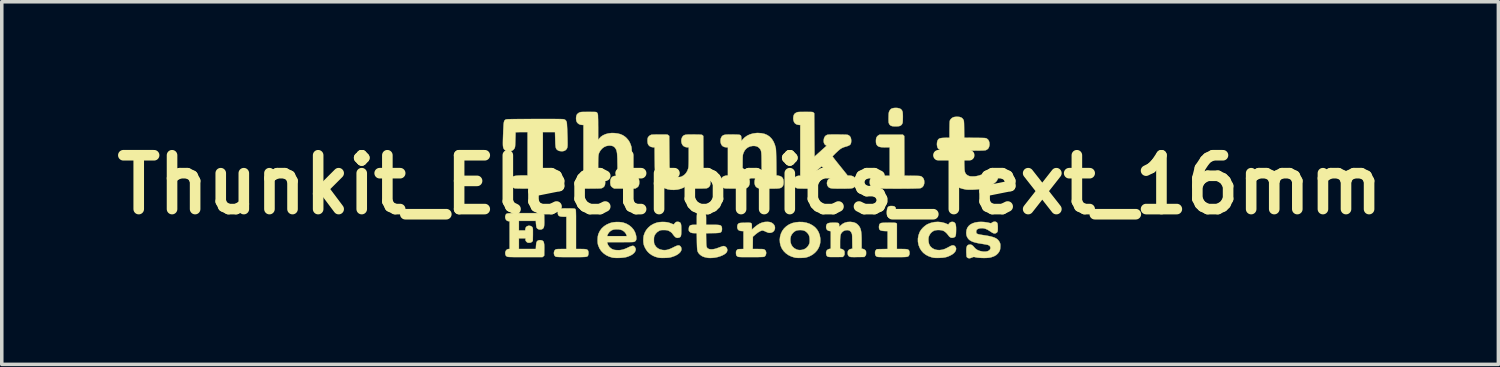
<source format=kicad_pcb>
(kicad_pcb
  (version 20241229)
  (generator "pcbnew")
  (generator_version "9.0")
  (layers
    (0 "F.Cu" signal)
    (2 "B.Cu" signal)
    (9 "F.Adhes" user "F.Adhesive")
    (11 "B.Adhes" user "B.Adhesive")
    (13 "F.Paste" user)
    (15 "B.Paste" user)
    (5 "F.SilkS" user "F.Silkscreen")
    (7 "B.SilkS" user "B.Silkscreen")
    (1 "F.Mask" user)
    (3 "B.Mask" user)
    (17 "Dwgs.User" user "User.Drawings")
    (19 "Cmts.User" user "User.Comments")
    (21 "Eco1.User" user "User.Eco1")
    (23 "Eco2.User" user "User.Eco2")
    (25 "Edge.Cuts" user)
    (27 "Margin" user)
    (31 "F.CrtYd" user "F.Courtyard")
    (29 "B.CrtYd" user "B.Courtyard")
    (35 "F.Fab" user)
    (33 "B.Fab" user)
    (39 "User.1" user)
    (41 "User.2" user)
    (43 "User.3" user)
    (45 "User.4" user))
  (footprint "Thunkit_Electronics_Text_16mm"
    (layer "F.Cu")
    (at 18.186 2.18)
    (property "Reference" "Thunkit_Electronics_Text_16mm" (at 0 0 0) (layer "F.SilkS") (effects (font (size 1.524 1.524) (thickness 0.3))))
    (attr through_hole)
    (fp_poly (pts (xy 4.019 0.603) (xy 4.053 0.605) (xy 4.075 0.609) (xy 4.091 0.617) (xy 4.104 0.629) (xy 4.113 0.639) (xy 4.12 0.648) (xy 4.124 0.661) (xy 4.126 0.68) (xy 4.127 0.708) (xy 4.127 0.748) (xy 4.128 0.77) (xy 4.127 0.818) (xy 4.127 0.851) (xy 4.125 0.873) (xy 4.122 0.888) (xy 4.116 0.899) (xy 4.109 0.907) (xy 4.108 0.908) (xy 4.097 0.917) (xy 4.083 0.923) (xy 4.062 0.927) (xy 4.03 0.929) (xy 4.009 0.93) (xy 3.971 0.931) (xy 3.947 0.931) (xy 3.931 0.928) (xy 3.919 0.922) (xy 3.907 0.911) (xy 3.904 0.908) (xy 3.884 0.878) (xy 3.873 0.835) (xy 3.871 0.779) (xy 3.874 0.739) (xy 3.882 0.686) (xy 3.895 0.648) (xy 3.915 0.622) (xy 3.944 0.608) (xy 3.984 0.602) (xy 4.019 0.603)) (stroke (width 0.01) (type solid)) (fill yes) (layer "F.SilkS"))
    (fp_poly (pts (xy 4.172 -2.173) (xy 4.227 -2.162) (xy 4.269 -2.141) (xy 4.299 -2.109) (xy 4.317 -2.066) (xy 4.318 -2.061) (xy 4.322 -2.036) (xy 4.324 -1.999) (xy 4.326 -1.954) (xy 4.326 -1.905) (xy 4.325 -1.856) (xy 4.324 -1.811) (xy 4.321 -1.774) (xy 4.318 -1.75) (xy 4.317 -1.748) (xy 4.298 -1.707) (xy 4.268 -1.678) (xy 4.226 -1.66) (xy 4.223 -1.66) (xy 4.184 -1.655) (xy 4.135 -1.652) (xy 4.085 -1.653) (xy 4.039 -1.657) (xy 4.016 -1.661) (xy 3.976 -1.678) (xy 3.946 -1.708) (xy 3.928 -1.747) (xy 3.924 -1.772) (xy 3.922 -1.811) (xy 3.921 -1.861) (xy 3.922 -1.914) (xy 3.923 -1.965) (xy 3.925 -2.003) (xy 3.928 -2.03) (xy 3.932 -2.051) (xy 3.937 -2.069) (xy 3.946 -2.087) (xy 3.946 -2.087) (xy 3.963 -2.115) (xy 3.984 -2.139) (xy 3.995 -2.148) (xy 4.03 -2.163) (xy 4.077 -2.173) (xy 4.133 -2.175) (xy 4.172 -2.173)) (stroke (width 0.01) (type solid)) (fill yes) (layer "F.SilkS"))
    (fp_poly (pts (xy 3.996 1.075) (xy 4.044 1.076) (xy 4.08 1.077) (xy 4.106 1.079) (xy 4.123 1.082) (xy 4.134 1.086) (xy 4.138 1.088) (xy 4.157 1.102) (xy 4.157 1.82) (xy 4.298 1.82) (xy 4.36 1.821) (xy 4.408 1.823) (xy 4.443 1.827) (xy 4.469 1.835) (xy 4.486 1.845) (xy 4.498 1.859) (xy 4.505 1.873) (xy 4.514 1.907) (xy 4.515 1.946) (xy 4.509 1.981) (xy 4.498 2.005) (xy 4.491 2.015) (xy 4.483 2.023) (xy 4.475 2.03) (xy 4.463 2.035) (xy 4.446 2.039) (xy 4.424 2.043) (xy 4.395 2.045) (xy 4.357 2.047) (xy 4.308 2.048) (xy 4.248 2.048) (xy 4.174 2.049) (xy 4.086 2.049) (xy 4.026 2.049) (xy 3.931 2.049) (xy 3.852 2.049) (xy 3.787 2.048) (xy 3.734 2.048) (xy 3.692 2.047) (xy 3.66 2.046) (xy 3.635 2.045) (xy 3.618 2.043) (xy 3.605 2.041) (xy 3.595 2.038) (xy 3.588 2.035) (xy 3.583 2.032) (xy 3.56 2.013) (xy 3.546 1.988) (xy 3.54 1.953) (xy 3.539 1.926) (xy 3.541 1.896) (xy 3.547 1.875) (xy 3.561 1.855) (xy 3.564 1.852) (xy 3.588 1.825) (xy 3.742 1.822) (xy 3.895 1.819) (xy 3.895 1.314) (xy 3.808 1.311) (xy 3.75 1.306) (xy 3.707 1.297) (xy 3.678 1.281) (xy 3.659 1.258) (xy 3.651 1.226) (xy 3.65 1.183) (xy 3.651 1.177) (xy 3.657 1.137) (xy 3.671 1.109) (xy 3.694 1.092) (xy 3.716 1.084) (xy 3.733 1.081) (xy 3.765 1.079) (xy 3.807 1.077) (xy 3.857 1.076) (xy 3.913 1.075) (xy 3.933 1.075) (xy 3.996 1.075)) (stroke (width 0.01) (type solid)) (fill yes) (layer "F.SilkS"))
    (fp_poly (pts (xy 4.345 -1.399) (xy 4.365 -1.38) (xy 4.367 -0.817) (xy 4.369 -0.255) (xy 4.595 -0.252) (xy 4.663 -0.252) (xy 4.717 -0.251) (xy 4.757 -0.25) (xy 4.787 -0.248) (xy 4.81 -0.246) (xy 4.826 -0.243) (xy 4.838 -0.239) (xy 4.849 -0.234) (xy 4.857 -0.23) (xy 4.893 -0.2) (xy 4.918 -0.159) (xy 4.931 -0.109) (xy 4.932 -0.052) (xy 4.927 -0.02) (xy 4.91 0.029) (xy 4.881 0.066) (xy 4.841 0.091) (xy 4.824 0.097) (xy 4.806 0.1) (xy 4.774 0.102) (xy 4.727 0.104) (xy 4.669 0.106) (xy 4.601 0.108) (xy 4.524 0.109) (xy 4.441 0.11) (xy 4.352 0.11) (xy 4.26 0.111) (xy 4.166 0.111) (xy 4.071 0.111) (xy 3.979 0.11) (xy 3.89 0.11) (xy 3.805 0.109) (xy 3.728 0.107) (xy 3.658 0.106) (xy 3.599 0.104) (xy 3.551 0.102) (xy 3.516 0.1) (xy 3.497 0.097) (xy 3.495 0.097) (xy 3.452 0.075) (xy 3.419 0.042) (xy 3.398 -0.002) (xy 3.388 -0.054) (xy 3.391 -0.112) (xy 3.396 -0.141) (xy 3.416 -0.184) (xy 3.448 -0.219) (xy 3.489 -0.241) (xy 3.5 -0.244) (xy 3.522 -0.248) (xy 3.56 -0.25) (xy 3.611 -0.252) (xy 3.673 -0.254) (xy 3.746 -0.254) (xy 3.954 -0.254) (xy 3.954 -1.058) (xy 3.833 -1.058) (xy 3.765 -1.06) (xy 3.711 -1.064) (xy 3.67 -1.071) (xy 3.638 -1.083) (xy 3.614 -1.098) (xy 3.605 -1.107) (xy 3.585 -1.132) (xy 3.573 -1.159) (xy 3.566 -1.194) (xy 3.564 -1.242) (xy 3.564 -1.242) (xy 3.568 -1.298) (xy 3.581 -1.341) (xy 3.603 -1.373) (xy 3.634 -1.398) (xy 3.67 -1.418) (xy 4.326 -1.418) (xy 4.345 -1.399)) (stroke (width 0.01) (type solid)) (fill yes) (layer "F.SilkS"))
    (fp_poly (pts (xy 1.483 1.057) (xy 1.498 1.058) (xy 1.599 1.077) (xy 1.69 1.108) (xy 1.77 1.151) (xy 1.839 1.204) (xy 1.896 1.268) (xy 1.94 1.341) (xy 1.971 1.423) (xy 1.987 1.512) (xy 1.99 1.564) (xy 1.987 1.631) (xy 1.977 1.69) (xy 1.958 1.747) (xy 1.942 1.785) (xy 1.898 1.858) (xy 1.84 1.922) (xy 1.771 1.978) (xy 1.691 2.022) (xy 1.63 2.046) (xy 1.599 2.055) (xy 1.57 2.062) (xy 1.539 2.066) (xy 1.5 2.069) (xy 1.45 2.071) (xy 1.439 2.071) (xy 1.369 2.072) (xy 1.315 2.069) (xy 1.273 2.064) (xy 1.266 2.062) (xy 1.171 2.033) (xy 1.086 1.992) (xy 1.013 1.94) (xy 0.951 1.878) (xy 0.902 1.808) (xy 0.867 1.73) (xy 0.847 1.646) (xy 0.842 1.566) (xy 1.14 1.566) (xy 1.148 1.639) (xy 1.17 1.703) (xy 1.206 1.757) (xy 1.254 1.8) (xy 1.314 1.832) (xy 1.346 1.843) (xy 1.393 1.85) (xy 1.446 1.848) (xy 1.5 1.838) (xy 1.537 1.825) (xy 1.592 1.791) (xy 1.637 1.744) (xy 1.667 1.694) (xy 1.678 1.668) (xy 1.685 1.644) (xy 1.688 1.616) (xy 1.689 1.578) (xy 1.689 1.566) (xy 1.686 1.505) (xy 1.676 1.455) (xy 1.658 1.413) (xy 1.63 1.374) (xy 1.62 1.362) (xy 1.579 1.325) (xy 1.535 1.301) (xy 1.483 1.287) (xy 1.421 1.283) (xy 1.418 1.283) (xy 1.357 1.287) (xy 1.307 1.299) (xy 1.264 1.321) (xy 1.223 1.356) (xy 1.211 1.368) (xy 1.175 1.416) (xy 1.153 1.466) (xy 1.142 1.524) (xy 1.14 1.566) (xy 0.842 1.566) (xy 0.841 1.557) (xy 0.85 1.473) (xy 0.874 1.387) (xy 0.912 1.307) (xy 0.964 1.237) (xy 1.029 1.176) (xy 1.104 1.126) (xy 1.19 1.089) (xy 1.206 1.084) (xy 1.295 1.064) (xy 1.39 1.055) (xy 1.483 1.057)) (stroke (width 0.01) (type solid)) (fill yes) (layer "F.SilkS"))
    (fp_poly (pts (xy -5.187 0.67) (xy -5.128 0.67) (xy -5.071 0.671) (xy -5.028 0.672) (xy -4.997 0.674) (xy -4.976 0.676) (xy -4.962 0.679) (xy -4.954 0.683) (xy -4.947 0.689) (xy -4.944 0.693) (xy -4.941 0.698) (xy -4.938 0.704) (xy -4.935 0.712) (xy -4.933 0.724) (xy -4.932 0.742) (xy -4.931 0.766) (xy -4.93 0.797) (xy -4.929 0.837) (xy -4.928 0.888) (xy -4.928 0.949) (xy -4.928 1.024) (xy -4.928 1.112) (xy -4.928 1.216) (xy -4.928 1.267) (xy -4.928 1.82) (xy -4.786 1.82) (xy -4.724 1.821) (xy -4.677 1.823) (xy -4.643 1.828) (xy -4.618 1.835) (xy -4.601 1.847) (xy -4.589 1.862) (xy -4.581 1.883) (xy -4.58 1.884) (xy -4.575 1.919) (xy -4.576 1.958) (xy -4.584 1.995) (xy -4.589 2.008) (xy -4.595 2.017) (xy -4.602 2.024) (xy -4.611 2.031) (xy -4.624 2.036) (xy -4.643 2.04) (xy -4.669 2.043) (xy -4.703 2.045) (xy -4.747 2.047) (xy -4.802 2.048) (xy -4.87 2.048) (xy -4.951 2.049) (xy -5.048 2.049) (xy -5.065 2.049) (xy -5.162 2.048) (xy -5.244 2.048) (xy -5.311 2.048) (xy -5.366 2.047) (xy -5.41 2.046) (xy -5.443 2.044) (xy -5.468 2.043) (xy -5.485 2.04) (xy -5.497 2.038) (xy -5.502 2.036) (xy -5.528 2.016) (xy -5.545 1.986) (xy -5.553 1.95) (xy -5.552 1.912) (xy -5.542 1.877) (xy -5.523 1.848) (xy -5.504 1.834) (xy -5.491 1.828) (xy -5.471 1.825) (xy -5.443 1.822) (xy -5.403 1.821) (xy -5.35 1.82) (xy -5.339 1.82) (xy -5.199 1.82) (xy -5.199 0.906) (xy -5.279 0.906) (xy -5.338 0.903) (xy -5.383 0.895) (xy -5.414 0.879) (xy -5.433 0.854) (xy -5.442 0.82) (xy -5.442 0.776) (xy -5.439 0.746) (xy -5.432 0.726) (xy -5.42 0.71) (xy -5.412 0.702) (xy -5.398 0.692) (xy -5.382 0.683) (xy -5.361 0.677) (xy -5.333 0.673) (xy -5.296 0.671) (xy -5.248 0.669) (xy -5.187 0.67)) (stroke (width 0.01) (type solid)) (fill yes) (layer "F.SilkS"))
    (fp_poly (pts (xy -3.705 1.057) (xy -3.633 1.064) (xy -3.586 1.074) (xy -3.498 1.106) (xy -3.42 1.151) (xy -3.354 1.206) (xy -3.299 1.27) (xy -3.258 1.344) (xy -3.231 1.424) (xy -3.224 1.462) (xy -3.219 1.515) (xy -3.223 1.555) (xy -3.236 1.584) (xy -3.259 1.605) (xy -3.268 1.611) (xy -3.277 1.614) (xy -3.287 1.617) (xy -3.301 1.62) (xy -3.321 1.622) (xy -3.347 1.623) (xy -3.382 1.624) (xy -3.427 1.625) (xy -3.484 1.625) (xy -3.554 1.625) (xy -3.639 1.626) (xy -3.673 1.626) (xy -4.049 1.626) (xy -4.043 1.649) (xy -4.02 1.709) (xy -3.983 1.762) (xy -3.935 1.805) (xy -3.895 1.827) (xy -3.867 1.838) (xy -3.838 1.846) (xy -3.802 1.85) (xy -3.764 1.852) (xy -3.707 1.853) (xy -3.656 1.848) (xy -3.606 1.838) (xy -3.553 1.821) (xy -3.493 1.796) (xy -3.452 1.777) (xy -3.401 1.753) (xy -3.361 1.738) (xy -3.331 1.731) (xy -3.307 1.731) (xy -3.288 1.74) (xy -3.27 1.756) (xy -3.265 1.762) (xy -3.243 1.798) (xy -3.237 1.838) (xy -3.249 1.88) (xy -3.249 1.881) (xy -3.278 1.926) (xy -3.323 1.967) (xy -3.382 2.003) (xy -3.455 2.033) (xy -3.509 2.05) (xy -3.553 2.058) (xy -3.607 2.065) (xy -3.668 2.07) (xy -3.732 2.072) (xy -3.793 2.072) (xy -3.847 2.069) (xy -3.89 2.064) (xy -3.899 2.062) (xy -3.994 2.033) (xy -4.079 1.991) (xy -4.152 1.938) (xy -4.214 1.875) (xy -4.263 1.802) (xy -4.298 1.719) (xy -4.306 1.693) (xy -4.314 1.642) (xy -4.317 1.583) (xy -4.315 1.52) (xy -4.309 1.459) (xy -4.308 1.456) (xy -4.048 1.456) (xy -3.487 1.456) (xy -3.493 1.437) (xy -3.519 1.379) (xy -3.559 1.331) (xy -3.611 1.294) (xy -3.628 1.286) (xy -3.67 1.272) (xy -3.723 1.264) (xy -3.779 1.262) (xy -3.833 1.265) (xy -3.88 1.274) (xy -3.882 1.274) (xy -3.937 1.3) (xy -3.984 1.339) (xy -4.021 1.389) (xy -4.042 1.437) (xy -4.048 1.456) (xy -4.308 1.456) (xy -4.297 1.407) (xy -4.292 1.391) (xy -4.253 1.31) (xy -4.201 1.238) (xy -4.135 1.177) (xy -4.058 1.127) (xy -3.97 1.089) (xy -3.923 1.074) (xy -3.856 1.062) (xy -3.782 1.056) (xy -3.705 1.057)) (stroke (width 0.01) (type solid)) (fill yes) (layer "F.SilkS"))
    (fp_poly (pts (xy 5.754 1.054) (xy 5.786 1.069) (xy 5.791 1.073) (xy 5.807 1.093) (xy 5.819 1.119) (xy 5.827 1.156) (xy 5.832 1.203) (xy 5.833 1.264) (xy 5.832 1.318) (xy 5.83 1.374) (xy 5.826 1.416) (xy 5.819 1.447) (xy 5.809 1.468) (xy 5.793 1.482) (xy 5.771 1.493) (xy 5.759 1.497) (xy 5.716 1.504) (xy 5.677 1.494) (xy 5.642 1.469) (xy 5.622 1.444) (xy 5.578 1.387) (xy 5.532 1.342) (xy 5.487 1.311) (xy 5.46 1.299) (xy 5.417 1.288) (xy 5.367 1.283) (xy 5.314 1.282) (xy 5.264 1.287) (xy 5.222 1.296) (xy 5.207 1.302) (xy 5.154 1.334) (xy 5.113 1.373) (xy 5.081 1.423) (xy 5.078 1.429) (xy 5.064 1.46) (xy 5.056 1.485) (xy 5.052 1.512) (xy 5.05 1.547) (xy 5.05 1.558) (xy 5.055 1.624) (xy 5.068 1.679) (xy 5.092 1.726) (xy 5.115 1.757) (xy 5.164 1.799) (xy 5.222 1.83) (xy 5.289 1.847) (xy 5.361 1.851) (xy 5.438 1.842) (xy 5.491 1.827) (xy 5.52 1.816) (xy 5.558 1.798) (xy 5.599 1.778) (xy 5.624 1.764) (xy 5.674 1.737) (xy 5.713 1.721) (xy 5.744 1.716) (xy 5.769 1.72) (xy 5.792 1.733) (xy 5.8 1.74) (xy 5.825 1.774) (xy 5.834 1.811) (xy 5.828 1.851) (xy 5.809 1.891) (xy 5.776 1.931) (xy 5.731 1.968) (xy 5.683 1.996) (xy 5.627 2.023) (xy 5.573 2.043) (xy 5.516 2.057) (xy 5.452 2.066) (xy 5.378 2.07) (xy 5.351 2.071) (xy 5.296 2.072) (xy 5.253 2.071) (xy 5.219 2.069) (xy 5.19 2.065) (xy 5.161 2.059) (xy 5.156 2.058) (xy 5.06 2.026) (xy 4.977 1.983) (xy 4.906 1.929) (xy 4.848 1.863) (xy 4.805 1.792) (xy 4.771 1.705) (xy 4.754 1.616) (xy 4.753 1.525) (xy 4.769 1.435) (xy 4.801 1.346) (xy 4.81 1.328) (xy 4.842 1.277) (xy 4.886 1.225) (xy 4.938 1.177) (xy 4.993 1.136) (xy 5.029 1.116) (xy 5.123 1.079) (xy 5.22 1.058) (xy 5.319 1.052) (xy 5.416 1.061) (xy 5.51 1.085) (xy 5.539 1.096) (xy 5.574 1.111) (xy 5.598 1.12) (xy 5.612 1.123) (xy 5.62 1.12) (xy 5.626 1.112) (xy 5.629 1.105) (xy 5.65 1.078) (xy 5.681 1.059) (xy 5.717 1.051) (xy 5.754 1.054)) (stroke (width 0.01) (type solid)) (fill yes) (layer "F.SilkS"))
    (fp_poly (pts (xy 0.504 1.052) (xy 0.545 1.055) (xy 0.576 1.062) (xy 0.604 1.073) (xy 0.616 1.079) (xy 0.658 1.11) (xy 0.686 1.146) (xy 0.702 1.186) (xy 0.706 1.227) (xy 0.698 1.266) (xy 0.68 1.302) (xy 0.653 1.332) (xy 0.616 1.352) (xy 0.571 1.362) (xy 0.533 1.361) (xy 0.509 1.355) (xy 0.477 1.343) (xy 0.443 1.328) (xy 0.438 1.326) (xy 0.406 1.311) (xy 0.375 1.301) (xy 0.353 1.296) (xy 0.351 1.295) (xy 0.318 1.302) (xy 0.278 1.319) (xy 0.231 1.347) (xy 0.181 1.384) (xy 0.152 1.408) (xy 0.08 1.47) (xy 0.076 1.82) (xy 0.226 1.82) (xy 0.283 1.821) (xy 0.325 1.821) (xy 0.356 1.823) (xy 0.378 1.826) (xy 0.395 1.83) (xy 0.406 1.835) (xy 0.432 1.857) (xy 0.449 1.888) (xy 0.456 1.924) (xy 0.453 1.961) (xy 0.442 1.996) (xy 0.422 2.024) (xy 0.396 2.04) (xy 0.38 2.042) (xy 0.347 2.045) (xy 0.298 2.046) (xy 0.233 2.048) (xy 0.153 2.048) (xy 0.059 2.049) (xy 0.022 2.049) (xy -0.064 2.049) (xy -0.135 2.049) (xy -0.192 2.048) (xy -0.238 2.048) (xy -0.272 2.047) (xy -0.299 2.045) (xy -0.318 2.044) (xy -0.332 2.041) (xy -0.342 2.038) (xy -0.349 2.034) (xy -0.353 2.032) (xy -0.376 2.015) (xy -0.39 1.994) (xy -0.396 1.966) (xy -0.398 1.931) (xy -0.397 1.9) (xy -0.392 1.879) (xy -0.381 1.862) (xy -0.373 1.852) (xy -0.361 1.839) (xy -0.35 1.831) (xy -0.335 1.826) (xy -0.312 1.824) (xy -0.277 1.822) (xy -0.267 1.822) (xy -0.186 1.819) (xy -0.186 1.312) (xy -0.222 1.312) (xy -0.276 1.307) (xy -0.317 1.292) (xy -0.344 1.266) (xy -0.359 1.229) (xy -0.362 1.212) (xy -0.361 1.164) (xy -0.349 1.125) (xy -0.326 1.099) (xy -0.319 1.094) (xy -0.306 1.089) (xy -0.288 1.084) (xy -0.263 1.081) (xy -0.229 1.079) (xy -0.182 1.078) (xy -0.141 1.077) (xy -0.08 1.076) (xy -0.033 1.076) (xy 0.001 1.078) (xy 0.025 1.084) (xy 0.039 1.095) (xy 0.047 1.112) (xy 0.05 1.135) (xy 0.051 1.167) (xy 0.051 1.186) (xy 0.051 1.27) (xy 0.129 1.202) (xy 0.204 1.143) (xy 0.275 1.099) (xy 0.346 1.07) (xy 0.419 1.054) (xy 0.495 1.051) (xy 0.504 1.052)) (stroke (width 0.01) (type solid)) (fill yes) (layer "F.SilkS"))
    (fp_poly (pts (xy -1.349 0.762) (xy -1.314 0.768) (xy -1.297 0.774) (xy -1.28 0.786) (xy -1.266 0.802) (xy -1.257 0.826) (xy -1.25 0.859) (xy -1.246 0.903) (xy -1.245 0.96) (xy -1.245 0.995) (xy -1.245 1.135) (xy -1.062 1.135) (xy -0.994 1.135) (xy -0.94 1.136) (xy -0.898 1.139) (xy -0.867 1.143) (xy -0.845 1.149) (xy -0.828 1.158) (xy -0.816 1.169) (xy -0.809 1.18) (xy -0.799 1.206) (xy -0.795 1.241) (xy -0.796 1.278) (xy -0.803 1.31) (xy -0.804 1.312) (xy -0.812 1.328) (xy -0.822 1.341) (xy -0.837 1.351) (xy -0.857 1.358) (xy -0.886 1.363) (xy -0.925 1.366) (xy -0.977 1.369) (xy -1.043 1.37) (xy -1.057 1.37) (xy -1.246 1.373) (xy -1.243 1.556) (xy -1.242 1.624) (xy -1.24 1.677) (xy -1.237 1.718) (xy -1.232 1.748) (xy -1.224 1.77) (xy -1.215 1.787) (xy -1.201 1.8) (xy -1.184 1.811) (xy -1.183 1.812) (xy -1.148 1.825) (xy -1.102 1.83) (xy -1.049 1.827) (xy -0.992 1.816) (xy -0.948 1.803) (xy -0.888 1.781) (xy -0.841 1.764) (xy -0.806 1.752) (xy -0.781 1.743) (xy -0.762 1.739) (xy -0.749 1.737) (xy -0.739 1.738) (xy -0.73 1.74) (xy -0.719 1.744) (xy -0.717 1.745) (xy -0.682 1.765) (xy -0.657 1.796) (xy -0.645 1.833) (xy -0.646 1.872) (xy -0.66 1.909) (xy -0.689 1.942) (xy -0.732 1.973) (xy -0.787 2.002) (xy -0.85 2.027) (xy -0.92 2.048) (xy -0.993 2.063) (xy -1.067 2.071) (xy -1.126 2.073) (xy -1.158 2.072) (xy -1.184 2.071) (xy -1.198 2.069) (xy -1.247 2.059) (xy -1.283 2.051) (xy -1.311 2.042) (xy -1.335 2.033) (xy -1.356 2.023) (xy -1.389 2.002) (xy -1.422 1.975) (xy -1.438 1.959) (xy -1.455 1.939) (xy -1.469 1.919) (xy -1.48 1.897) (xy -1.488 1.872) (xy -1.494 1.841) (xy -1.498 1.802) (xy -1.501 1.752) (xy -1.503 1.69) (xy -1.505 1.614) (xy -1.505 1.602) (xy -1.508 1.372) (xy -1.565 1.371) (xy -1.619 1.369) (xy -1.66 1.361) (xy -1.691 1.348) (xy -1.713 1.329) (xy -1.726 1.313) (xy -1.733 1.298) (xy -1.735 1.279) (xy -1.734 1.249) (xy -1.734 1.244) (xy -1.729 1.205) (xy -1.718 1.175) (xy -1.699 1.155) (xy -1.669 1.143) (xy -1.626 1.136) (xy -1.573 1.135) (xy -1.507 1.135) (xy -1.507 0.98) (xy -1.507 0.92) (xy -1.506 0.875) (xy -1.503 0.842) (xy -1.498 0.818) (xy -1.491 0.801) (xy -1.48 0.789) (xy -1.465 0.779) (xy -1.455 0.774) (xy -1.427 0.765) (xy -1.389 0.761) (xy -1.349 0.762)) (stroke (width 0.01) (type solid)) (fill yes) (layer "F.SilkS"))
    (fp_poly (pts (xy -5.853 0.825) (xy -5.829 0.845) (xy -5.827 0.996) (xy -5.826 1.066) (xy -5.828 1.121) (xy -5.831 1.163) (xy -5.837 1.195) (xy -5.846 1.219) (xy -5.858 1.236) (xy -5.874 1.25) (xy -5.875 1.251) (xy -5.91 1.266) (xy -5.949 1.269) (xy -5.987 1.262) (xy -6.019 1.245) (xy -6.041 1.22) (xy -6.048 1.196) (xy -6.055 1.159) (xy -6.059 1.113) (xy -6.06 1.109) (xy -6.065 1.024) (xy -6.545 1.024) (xy -6.545 1.295) (xy -6.368 1.295) (xy -6.362 1.259) (xy -6.355 1.225) (xy -6.343 1.201) (xy -6.324 1.183) (xy -6.313 1.176) (xy -6.278 1.163) (xy -6.239 1.162) (xy -6.203 1.172) (xy -6.173 1.192) (xy -6.16 1.211) (xy -6.155 1.222) (xy -6.152 1.237) (xy -6.149 1.258) (xy -6.148 1.287) (xy -6.148 1.327) (xy -6.148 1.381) (xy -6.148 1.415) (xy -6.151 1.593) (xy -6.179 1.618) (xy -6.198 1.633) (xy -6.218 1.64) (xy -6.246 1.642) (xy -6.254 1.643) (xy -6.283 1.641) (xy -6.302 1.636) (xy -6.319 1.624) (xy -6.33 1.614) (xy -6.349 1.591) (xy -6.357 1.57) (xy -6.358 1.55) (xy -6.358 1.516) (xy -6.545 1.516) (xy -6.545 1.82) (xy -6.065 1.82) (xy -6.06 1.732) (xy -6.055 1.678) (xy -6.048 1.639) (xy -6.037 1.611) (xy -6.021 1.592) (xy -5.998 1.578) (xy -5.996 1.577) (xy -5.958 1.569) (xy -5.917 1.571) (xy -5.881 1.582) (xy -5.869 1.59) (xy -5.854 1.603) (xy -5.843 1.622) (xy -5.836 1.648) (xy -5.83 1.684) (xy -5.827 1.73) (xy -5.826 1.79) (xy -5.827 1.849) (xy -5.829 2.008) (xy -5.853 2.029) (xy -5.877 2.049) (xy -6.365 2.049) (xy -6.471 2.049) (xy -6.56 2.049) (xy -6.635 2.048) (xy -6.698 2.048) (xy -6.748 2.047) (xy -6.788 2.046) (xy -6.819 2.045) (xy -6.842 2.043) (xy -6.859 2.041) (xy -6.87 2.039) (xy -6.878 2.036) (xy -6.878 2.036) (xy -6.906 2.017) (xy -6.922 1.992) (xy -6.93 1.959) (xy -6.931 1.916) (xy -6.919 1.878) (xy -6.897 1.847) (xy -6.868 1.827) (xy -6.836 1.82) (xy -6.807 1.82) (xy -6.807 1.033) (xy -6.833 1.033) (xy -6.869 1.025) (xy -6.898 1.005) (xy -6.919 0.975) (xy -6.931 0.939) (xy -6.933 0.9) (xy -6.922 0.861) (xy -6.913 0.843) (xy -6.907 0.835) (xy -6.901 0.828) (xy -6.893 0.823) (xy -6.882 0.818) (xy -6.866 0.814) (xy -6.844 0.811) (xy -6.816 0.809) (xy -6.778 0.807) (xy -6.731 0.806) (xy -6.673 0.805) (xy -6.603 0.805) (xy -6.518 0.804) (xy -6.419 0.804) (xy -6.367 0.804) (xy -5.877 0.804) (xy -5.853 0.825)) (stroke (width 0.01) (type solid)) (fill yes) (layer "F.SilkS"))
    (fp_poly (pts (xy -2.019 1.053) (xy -1.994 1.062) (xy -1.991 1.064) (xy -1.976 1.076) (xy -1.965 1.092) (xy -1.957 1.114) (xy -1.952 1.144) (xy -1.949 1.185) (xy -1.948 1.238) (xy -1.947 1.28) (xy -1.948 1.344) (xy -1.95 1.393) (xy -1.954 1.429) (xy -1.961 1.455) (xy -1.971 1.474) (xy -1.986 1.486) (xy -2.005 1.495) (xy -2.011 1.497) (xy -2.05 1.505) (xy -2.085 1.5) (xy -2.118 1.481) (xy -2.151 1.447) (xy -2.176 1.414) (xy -2.211 1.368) (xy -2.249 1.335) (xy -2.296 1.308) (xy -2.308 1.302) (xy -2.331 1.293) (xy -2.356 1.288) (xy -2.386 1.284) (xy -2.428 1.283) (xy -2.438 1.283) (xy -2.48 1.283) (xy -2.51 1.285) (xy -2.533 1.289) (xy -2.554 1.296) (xy -2.575 1.306) (xy -2.63 1.342) (xy -2.675 1.39) (xy -2.704 1.438) (xy -2.713 1.46) (xy -2.718 1.484) (xy -2.721 1.514) (xy -2.722 1.555) (xy -2.722 1.566) (xy -2.721 1.609) (xy -2.719 1.639) (xy -2.715 1.663) (xy -2.708 1.684) (xy -2.701 1.697) (xy -2.665 1.753) (xy -2.617 1.797) (xy -2.558 1.828) (xy -2.487 1.847) (xy -2.478 1.848) (xy -2.426 1.852) (xy -2.375 1.849) (xy -2.321 1.837) (xy -2.262 1.816) (xy -2.194 1.785) (xy -2.171 1.773) (xy -2.118 1.747) (xy -2.078 1.73) (xy -2.047 1.72) (xy -2.022 1.718) (xy -2.002 1.722) (xy -1.983 1.733) (xy -1.982 1.734) (xy -1.965 1.752) (xy -1.95 1.778) (xy -1.948 1.784) (xy -1.942 1.826) (xy -1.951 1.867) (xy -1.976 1.908) (xy -2.015 1.947) (xy -2.066 1.983) (xy -2.13 2.015) (xy -2.205 2.042) (xy -2.214 2.045) (xy -2.248 2.054) (xy -2.279 2.061) (xy -2.311 2.065) (xy -2.35 2.068) (xy -2.4 2.07) (xy -2.421 2.071) (xy -2.489 2.072) (xy -2.542 2.07) (xy -2.582 2.066) (xy -2.603 2.062) (xy -2.696 2.035) (xy -2.776 1.996) (xy -2.848 1.946) (xy -2.898 1.898) (xy -2.939 1.844) (xy -2.975 1.782) (xy -3.002 1.719) (xy -3.013 1.678) (xy -3.02 1.626) (xy -3.022 1.566) (xy -3.019 1.505) (xy -3.012 1.45) (xy -3.01 1.44) (xy -2.982 1.361) (xy -2.941 1.286) (xy -2.886 1.219) (xy -2.822 1.162) (xy -2.75 1.118) (xy -2.687 1.09) (xy -2.629 1.071) (xy -2.571 1.06) (xy -2.505 1.055) (xy -2.472 1.054) (xy -2.408 1.056) (xy -2.353 1.062) (xy -2.302 1.073) (xy -2.248 1.092) (xy -2.219 1.103) (xy -2.186 1.116) (xy -2.166 1.122) (xy -2.156 1.121) (xy -2.152 1.117) (xy -2.144 1.104) (xy -2.128 1.085) (xy -2.12 1.077) (xy -2.1 1.06) (xy -2.08 1.052) (xy -2.052 1.05) (xy -2.052 1.05) (xy -2.019 1.053)) (stroke (width 0.01) (type solid)) (fill yes) (layer "F.SilkS"))
    (fp_poly (pts (xy 2.849 1.053) (xy 2.92 1.062) (xy 2.979 1.081) (xy 3.028 1.111) (xy 3.071 1.153) (xy 3.08 1.165) (xy 3.101 1.195) (xy 3.118 1.228) (xy 3.131 1.266) (xy 3.142 1.31) (xy 3.149 1.363) (xy 3.154 1.427) (xy 3.157 1.504) (xy 3.158 1.595) (xy 3.158 1.611) (xy 3.158 1.812) (xy 3.194 1.817) (xy 3.234 1.832) (xy 3.258 1.85) (xy 3.273 1.867) (xy 3.281 1.882) (xy 3.284 1.902) (xy 3.285 1.933) (xy 3.285 1.934) (xy 3.284 1.966) (xy 3.28 1.987) (xy 3.272 2.003) (xy 3.26 2.017) (xy 3.236 2.045) (xy 3.04 2.047) (xy 2.976 2.048) (xy 2.925 2.048) (xy 2.888 2.047) (xy 2.86 2.046) (xy 2.84 2.043) (xy 2.826 2.04) (xy 2.816 2.036) (xy 2.788 2.016) (xy 2.771 1.986) (xy 2.765 1.945) (xy 2.764 1.935) (xy 2.769 1.889) (xy 2.785 1.856) (xy 2.812 1.833) (xy 2.854 1.819) (xy 2.865 1.817) (xy 2.897 1.811) (xy 2.894 1.606) (xy 2.893 1.542) (xy 2.892 1.492) (xy 2.891 1.454) (xy 2.889 1.426) (xy 2.887 1.405) (xy 2.883 1.389) (xy 2.878 1.376) (xy 2.872 1.362) (xy 2.87 1.359) (xy 2.846 1.322) (xy 2.816 1.299) (xy 2.777 1.287) (xy 2.744 1.285) (xy 2.688 1.293) (xy 2.64 1.315) (xy 2.601 1.35) (xy 2.585 1.371) (xy 2.572 1.394) (xy 2.563 1.421) (xy 2.556 1.455) (xy 2.552 1.498) (xy 2.549 1.552) (xy 2.548 1.62) (xy 2.548 1.64) (xy 2.548 1.812) (xy 2.584 1.817) (xy 2.624 1.832) (xy 2.648 1.85) (xy 2.663 1.867) (xy 2.671 1.882) (xy 2.675 1.902) (xy 2.675 1.933) (xy 2.675 1.934) (xy 2.675 1.966) (xy 2.671 1.987) (xy 2.662 2.003) (xy 2.651 2.017) (xy 2.626 2.045) (xy 2.429 2.047) (xy 2.361 2.047) (xy 2.308 2.047) (xy 2.268 2.046) (xy 2.239 2.044) (xy 2.219 2.041) (xy 2.206 2.037) (xy 2.204 2.037) (xy 2.18 2.022) (xy 2.165 2) (xy 2.156 1.967) (xy 2.154 1.959) (xy 2.153 1.91) (xy 2.166 1.871) (xy 2.192 1.841) (xy 2.232 1.822) (xy 2.253 1.817) (xy 2.286 1.812) (xy 2.286 1.315) (xy 2.252 1.31) (xy 2.209 1.298) (xy 2.178 1.274) (xy 2.162 1.246) (xy 2.153 1.209) (xy 2.155 1.168) (xy 2.166 1.131) (xy 2.174 1.119) (xy 2.188 1.103) (xy 2.208 1.092) (xy 2.234 1.084) (xy 2.27 1.079) (xy 2.319 1.076) (xy 2.367 1.076) (xy 2.422 1.076) (xy 2.462 1.078) (xy 2.49 1.082) (xy 2.508 1.091) (xy 2.518 1.104) (xy 2.522 1.123) (xy 2.523 1.149) (xy 2.523 1.197) (xy 2.56 1.158) (xy 2.618 1.109) (xy 2.684 1.075) (xy 2.757 1.056) (xy 2.838 1.052) (xy 2.849 1.053)) (stroke (width 0.01) (type solid)) (fill yes) (layer "F.SilkS"))
    (fp_poly (pts (xy 6.956 1.05) (xy 6.978 1.061) (xy 6.995 1.077) (xy 7.005 1.102) (xy 7.011 1.138) (xy 7.014 1.188) (xy 7.014 1.206) (xy 7.014 1.258) (xy 7.012 1.296) (xy 7.007 1.323) (xy 6.998 1.342) (xy 6.986 1.355) (xy 6.974 1.363) (xy 6.949 1.376) (xy 6.924 1.38) (xy 6.896 1.375) (xy 6.863 1.361) (xy 6.823 1.336) (xy 6.792 1.315) (xy 6.723 1.272) (xy 6.657 1.244) (xy 6.593 1.23) (xy 6.529 1.231) (xy 6.499 1.236) (xy 6.453 1.25) (xy 6.422 1.271) (xy 6.406 1.299) (xy 6.402 1.335) (xy 6.405 1.355) (xy 6.411 1.372) (xy 6.423 1.384) (xy 6.443 1.395) (xy 6.472 1.404) (xy 6.513 1.413) (xy 6.568 1.422) (xy 6.605 1.427) (xy 6.705 1.443) (xy 6.789 1.459) (xy 6.859 1.477) (xy 6.917 1.496) (xy 6.964 1.519) (xy 7.001 1.544) (xy 7.031 1.574) (xy 7.055 1.609) (xy 7.068 1.633) (xy 7.078 1.656) (xy 7.083 1.677) (xy 7.086 1.701) (xy 7.086 1.733) (xy 7.085 1.76) (xy 7.082 1.803) (xy 7.078 1.834) (xy 7.07 1.86) (xy 7.059 1.884) (xy 7.02 1.942) (xy 6.969 1.99) (xy 6.904 2.027) (xy 6.825 2.054) (xy 6.791 2.062) (xy 6.746 2.068) (xy 6.689 2.072) (xy 6.625 2.073) (xy 6.559 2.072) (xy 6.494 2.068) (xy 6.436 2.063) (xy 6.39 2.055) (xy 6.384 2.053) (xy 6.354 2.046) (xy 6.334 2.044) (xy 6.316 2.047) (xy 6.294 2.056) (xy 6.281 2.061) (xy 6.238 2.077) (xy 6.202 2.082) (xy 6.171 2.074) (xy 6.163 2.07) (xy 6.144 2.056) (xy 6.134 2.043) (xy 6.131 2.029) (xy 6.128 2.002) (xy 6.126 1.965) (xy 6.124 1.923) (xy 6.123 1.918) (xy 6.123 1.85) (xy 6.126 1.798) (xy 6.134 1.758) (xy 6.147 1.73) (xy 6.166 1.711) (xy 6.191 1.699) (xy 6.202 1.697) (xy 6.245 1.695) (xy 6.283 1.709) (xy 6.318 1.738) (xy 6.333 1.757) (xy 6.381 1.809) (xy 6.439 1.849) (xy 6.508 1.876) (xy 6.589 1.892) (xy 6.608 1.894) (xy 6.668 1.894) (xy 6.719 1.885) (xy 6.76 1.866) (xy 6.789 1.841) (xy 6.805 1.808) (xy 6.807 1.787) (xy 6.799 1.753) (xy 6.777 1.725) (xy 6.74 1.706) (xy 6.734 1.703) (xy 6.715 1.699) (xy 6.682 1.693) (xy 6.64 1.685) (xy 6.592 1.677) (xy 6.553 1.671) (xy 6.458 1.655) (xy 6.378 1.637) (xy 6.311 1.617) (xy 6.258 1.593) (xy 6.215 1.566) (xy 6.181 1.534) (xy 6.163 1.509) (xy 6.14 1.467) (xy 6.127 1.425) (xy 6.122 1.377) (xy 6.121 1.357) (xy 6.129 1.287) (xy 6.15 1.225) (xy 6.186 1.172) (xy 6.236 1.128) (xy 6.299 1.094) (xy 6.375 1.069) (xy 6.454 1.056) (xy 6.537 1.052) (xy 6.627 1.056) (xy 6.718 1.069) (xy 6.768 1.08) (xy 6.798 1.087) (xy 6.817 1.09) (xy 6.829 1.088) (xy 6.839 1.081) (xy 6.844 1.076) (xy 6.878 1.055) (xy 6.918 1.046) (xy 6.956 1.05)) (stroke (width 0.01) (type solid)) (fill yes) (layer "F.SilkS"))
    (fp_poly (pts (xy 5.87 -1.924) (xy 5.93 -1.919) (xy 5.976 -1.904) (xy 6.012 -1.879) (xy 6.037 -1.845) (xy 6.043 -1.834) (xy 6.048 -1.823) (xy 6.052 -1.81) (xy 6.054 -1.794) (xy 6.056 -1.771) (xy 6.058 -1.74) (xy 6.059 -1.699) (xy 6.06 -1.645) (xy 6.061 -1.577) (xy 6.061 -1.569) (xy 6.063 -1.33) (xy 6.365 -1.327) (xy 6.445 -1.327) (xy 6.51 -1.326) (xy 6.561 -1.325) (xy 6.601 -1.324) (xy 6.632 -1.323) (xy 6.654 -1.321) (xy 6.671 -1.318) (xy 6.683 -1.315) (xy 6.694 -1.311) (xy 6.701 -1.307) (xy 6.736 -1.28) (xy 6.761 -1.241) (xy 6.775 -1.194) (xy 6.779 -1.14) (xy 6.773 -1.095) (xy 6.758 -1.05) (xy 6.735 -1.017) (xy 6.698 -0.99) (xy 6.694 -0.988) (xy 6.684 -0.983) (xy 6.674 -0.979) (xy 6.662 -0.976) (xy 6.645 -0.974) (xy 6.623 -0.972) (xy 6.593 -0.97) (xy 6.553 -0.969) (xy 6.502 -0.968) (xy 6.437 -0.968) (xy 6.36 -0.967) (xy 6.061 -0.964) (xy 6.064 -0.687) (xy 6.065 -0.604) (xy 6.067 -0.536) (xy 6.069 -0.481) (xy 6.071 -0.437) (xy 6.075 -0.403) (xy 6.08 -0.375) (xy 6.086 -0.353) (xy 6.094 -0.334) (xy 6.105 -0.317) (xy 6.113 -0.304) (xy 6.133 -0.284) (xy 6.162 -0.264) (xy 6.178 -0.256) (xy 6.204 -0.246) (xy 6.228 -0.239) (xy 6.258 -0.236) (xy 6.297 -0.235) (xy 6.306 -0.235) (xy 6.352 -0.236) (xy 6.395 -0.241) (xy 6.438 -0.249) (xy 6.485 -0.261) (xy 6.539 -0.28) (xy 6.604 -0.304) (xy 6.641 -0.319) (xy 6.708 -0.345) (xy 6.762 -0.364) (xy 6.805 -0.375) (xy 6.841 -0.38) (xy 6.872 -0.378) (xy 6.895 -0.373) (xy 6.939 -0.35) (xy 6.974 -0.316) (xy 7 -0.274) (xy 7.014 -0.227) (xy 7.015 -0.179) (xy 7.006 -0.146) (xy 6.981 -0.103) (xy 6.94 -0.062) (xy 6.886 -0.021) (xy 6.82 0.017) (xy 6.743 0.052) (xy 6.658 0.083) (xy 6.565 0.109) (xy 6.524 0.118) (xy 6.478 0.126) (xy 6.421 0.132) (xy 6.358 0.137) (xy 6.293 0.14) (xy 6.23 0.141) (xy 6.173 0.14) (xy 6.127 0.137) (xy 6.111 0.135) (xy 6.008 0.113) (xy 5.918 0.082) (xy 5.842 0.04) (xy 5.779 -0.011) (xy 5.729 -0.073) (xy 5.692 -0.145) (xy 5.677 -0.186) (xy 5.67 -0.219) (xy 5.664 -0.268) (xy 5.659 -0.332) (xy 5.654 -0.408) (xy 5.651 -0.497) (xy 5.649 -0.597) (xy 5.648 -0.706) (xy 5.647 -0.743) (xy 5.647 -0.965) (xy 5.548 -0.965) (xy 5.479 -0.967) (xy 5.425 -0.973) (xy 5.383 -0.983) (xy 5.351 -0.999) (xy 5.327 -1.021) (xy 5.309 -1.05) (xy 5.308 -1.053) (xy 5.296 -1.094) (xy 5.291 -1.143) (xy 5.294 -1.193) (xy 5.304 -1.237) (xy 5.311 -1.253) (xy 5.325 -1.278) (xy 5.343 -1.296) (xy 5.365 -1.309) (xy 5.396 -1.318) (xy 5.437 -1.324) (xy 5.491 -1.327) (xy 5.522 -1.328) (xy 5.647 -1.33) (xy 5.647 -1.552) (xy 5.648 -1.614) (xy 5.649 -1.671) (xy 5.65 -1.722) (xy 5.652 -1.764) (xy 5.654 -1.794) (xy 5.655 -1.808) (xy 5.671 -1.842) (xy 5.699 -1.874) (xy 5.734 -1.9) (xy 5.767 -1.914) (xy 5.794 -1.919) (xy 5.831 -1.923) (xy 5.869 -1.924) (xy 5.87 -1.924)) (stroke (width 0.01) (type solid)) (fill yes) (layer "F.SilkS"))
    (fp_poly (pts (xy -2.486 -1.422) (xy -2.435 -1.422) (xy -2.397 -1.422) (xy -2.369 -1.42) (xy -2.35 -1.419) (xy -2.336 -1.416) (xy -2.327 -1.412) (xy -2.319 -1.406) (xy -2.314 -1.402) (xy -2.29 -1.382) (xy -2.286 -0.896) (xy -2.285 -0.793) (xy -2.284 -0.706) (xy -2.283 -0.632) (xy -2.283 -0.572) (xy -2.282 -0.522) (xy -2.28 -0.482) (xy -2.279 -0.451) (xy -2.277 -0.427) (xy -2.275 -0.408) (xy -2.273 -0.393) (xy -2.27 -0.381) (xy -2.266 -0.37) (xy -2.263 -0.361) (xy -2.238 -0.306) (xy -2.207 -0.266) (xy -2.168 -0.238) (xy -2.12 -0.222) (xy -2.06 -0.216) (xy -2.045 -0.216) (xy -2.004 -0.217) (xy -1.975 -0.22) (xy -1.95 -0.227) (xy -1.924 -0.238) (xy -1.921 -0.24) (xy -1.864 -0.276) (xy -1.816 -0.326) (xy -1.778 -0.387) (xy -1.752 -0.456) (xy -1.745 -0.487) (xy -1.742 -0.509) (xy -1.74 -0.546) (xy -1.738 -0.595) (xy -1.737 -0.655) (xy -1.736 -0.722) (xy -1.736 -0.794) (xy -1.736 -0.797) (xy -1.736 -1.058) (xy -1.767 -1.058) (xy -1.824 -1.066) (xy -1.872 -1.087) (xy -1.892 -1.102) (xy -1.92 -1.137) (xy -1.938 -1.182) (xy -1.946 -1.231) (xy -1.944 -1.282) (xy -1.93 -1.329) (xy -1.907 -1.368) (xy -1.9 -1.376) (xy -1.885 -1.39) (xy -1.867 -1.4) (xy -1.846 -1.409) (xy -1.819 -1.415) (xy -1.783 -1.419) (xy -1.738 -1.421) (xy -1.681 -1.422) (xy -1.61 -1.421) (xy -1.573 -1.421) (xy -1.508 -1.42) (xy -1.458 -1.419) (xy -1.42 -1.418) (xy -1.393 -1.416) (xy -1.375 -1.414) (xy -1.362 -1.411) (xy -1.354 -1.407) (xy -1.347 -1.402) (xy -1.344 -1.399) (xy -1.325 -1.38) (xy -1.323 -0.818) (xy -1.32 -0.256) (xy -1.271 -0.252) (xy -1.218 -0.243) (xy -1.177 -0.222) (xy -1.148 -0.189) (xy -1.13 -0.144) (xy -1.122 -0.086) (xy -1.122 -0.068) (xy -1.125 -0.014) (xy -1.136 0.026) (xy -1.157 0.057) (xy -1.187 0.082) (xy -1.197 0.087) (xy -1.208 0.093) (xy -1.22 0.097) (xy -1.235 0.101) (xy -1.254 0.103) (xy -1.28 0.104) (xy -1.316 0.105) (xy -1.364 0.106) (xy -1.425 0.106) (xy -1.445 0.106) (xy -1.658 0.106) (xy -1.68 0.085) (xy -1.69 0.074) (xy -1.697 0.062) (xy -1.7 0.045) (xy -1.702 0.018) (xy -1.702 -0.012) (xy -1.702 -0.089) (xy -1.72 -0.064) (xy -1.75 -0.027) (xy -1.789 0.011) (xy -1.832 0.047) (xy -1.872 0.075) (xy -1.884 0.082) (xy -1.966 0.116) (xy -2.056 0.137) (xy -2.156 0.146) (xy -2.244 0.143) (xy -2.334 0.128) (xy -2.416 0.1) (xy -2.489 0.058) (xy -2.551 0.003) (xy -2.602 -0.063) (xy -2.641 -0.14) (xy -2.65 -0.164) (xy -2.66 -0.196) (xy -2.669 -0.225) (xy -2.676 -0.252) (xy -2.682 -0.281) (xy -2.686 -0.312) (xy -2.69 -0.348) (xy -2.692 -0.391) (xy -2.694 -0.442) (xy -2.696 -0.504) (xy -2.697 -0.578) (xy -2.698 -0.667) (xy -2.699 -0.695) (xy -2.702 -1.056) (xy -2.753 -1.061) (xy -2.806 -1.072) (xy -2.849 -1.096) (xy -2.88 -1.131) (xy -2.888 -1.146) (xy -2.898 -1.179) (xy -2.903 -1.222) (xy -2.904 -1.267) (xy -2.899 -1.308) (xy -2.893 -1.332) (xy -2.871 -1.365) (xy -2.838 -1.394) (xy -2.799 -1.413) (xy -2.796 -1.414) (xy -2.778 -1.416) (xy -2.746 -1.418) (xy -2.702 -1.42) (xy -2.649 -1.421) (xy -2.589 -1.422) (xy -2.551 -1.422) (xy -2.486 -1.422)) (stroke (width 0.01) (type solid)) (fill yes) (layer "F.SilkS"))
    (fp_poly (pts (xy 0.32 -1.458) (xy 0.409 -1.439) (xy 0.487 -1.406) (xy 0.555 -1.36) (xy 0.613 -1.3) (xy 0.661 -1.227) (xy 0.699 -1.14) (xy 0.727 -1.04) (xy 0.729 -1.033) (xy 0.731 -1.011) (xy 0.734 -0.974) (xy 0.736 -0.921) (xy 0.738 -0.854) (xy 0.74 -0.775) (xy 0.742 -0.683) (xy 0.743 -0.626) (xy 0.746 -0.266) (xy 0.801 -0.256) (xy 0.856 -0.242) (xy 0.897 -0.219) (xy 0.926 -0.186) (xy 0.943 -0.141) (xy 0.949 -0.084) (xy 0.949 -0.073) (xy 0.946 -0.02) (xy 0.936 0.02) (xy 0.917 0.052) (xy 0.899 0.07) (xy 0.884 0.08) (xy 0.868 0.089) (xy 0.848 0.096) (xy 0.822 0.101) (xy 0.789 0.105) (xy 0.747 0.108) (xy 0.694 0.109) (xy 0.628 0.109) (xy 0.548 0.109) (xy 0.512 0.109) (xy 0.437 0.108) (xy 0.378 0.107) (xy 0.331 0.106) (xy 0.295 0.105) (xy 0.268 0.103) (xy 0.248 0.101) (xy 0.234 0.098) (xy 0.222 0.094) (xy 0.212 0.089) (xy 0.203 0.085) (xy 0.167 0.057) (xy 0.143 0.02) (xy 0.13 -0.028) (xy 0.127 -0.072) (xy 0.133 -0.132) (xy 0.15 -0.179) (xy 0.179 -0.216) (xy 0.22 -0.241) (xy 0.275 -0.256) (xy 0.331 -0.265) (xy 0.328 -0.588) (xy 0.327 -0.678) (xy 0.326 -0.754) (xy 0.325 -0.816) (xy 0.322 -0.866) (xy 0.319 -0.906) (xy 0.314 -0.938) (xy 0.308 -0.964) (xy 0.3 -0.985) (xy 0.29 -1.002) (xy 0.278 -1.019) (xy 0.263 -1.036) (xy 0.261 -1.038) (xy 0.221 -1.071) (xy 0.175 -1.091) (xy 0.118 -1.099) (xy 0.071 -1.098) (xy 0.001 -1.085) (xy -0.061 -1.057) (xy -0.114 -1.016) (xy -0.157 -0.962) (xy -0.189 -0.895) (xy -0.2 -0.859) (xy -0.204 -0.841) (xy -0.206 -0.814) (xy -0.209 -0.776) (xy -0.21 -0.727) (xy -0.211 -0.664) (xy -0.211 -0.586) (xy -0.212 -0.541) (xy -0.212 -0.264) (xy -0.167 -0.258) (xy -0.11 -0.244) (xy -0.066 -0.219) (xy -0.034 -0.184) (xy -0.015 -0.137) (xy -0.01 -0.079) (xy -0.011 -0.053) (xy -0.02 0.001) (xy -0.039 0.043) (xy -0.069 0.074) (xy -0.085 0.085) (xy -0.123 0.106) (xy -0.406 0.107) (xy -0.475 0.107) (xy -0.54 0.107) (xy -0.597 0.107) (xy -0.646 0.106) (xy -0.684 0.105) (xy -0.709 0.103) (xy -0.717 0.102) (xy -0.764 0.083) (xy -0.799 0.053) (xy -0.823 0.011) (xy -0.835 -0.043) (xy -0.836 -0.047) (xy -0.836 -0.109) (xy -0.822 -0.161) (xy -0.796 -0.203) (xy -0.757 -0.234) (xy -0.705 -0.253) (xy -0.675 -0.258) (xy -0.627 -0.264) (xy -0.627 -1.058) (xy -0.667 -1.059) (xy -0.723 -1.067) (xy -0.771 -1.089) (xy -0.776 -1.092) (xy -0.805 -1.123) (xy -0.824 -1.163) (xy -0.835 -1.211) (xy -0.836 -1.26) (xy -0.828 -1.308) (xy -0.81 -1.351) (xy -0.791 -1.376) (xy -0.775 -1.39) (xy -0.757 -1.401) (xy -0.734 -1.409) (xy -0.705 -1.415) (xy -0.668 -1.419) (xy -0.62 -1.421) (xy -0.559 -1.422) (xy -0.484 -1.421) (xy -0.481 -1.421) (xy -0.413 -1.42) (xy -0.36 -1.418) (xy -0.32 -1.416) (xy -0.291 -1.411) (xy -0.272 -1.402) (xy -0.26 -1.39) (xy -0.253 -1.372) (xy -0.25 -1.349) (xy -0.248 -1.319) (xy -0.247 -1.309) (xy -0.243 -1.237) (xy -0.211 -1.279) (xy -0.153 -1.338) (xy -0.084 -1.387) (xy -0.004 -1.425) (xy 0.083 -1.45) (xy 0.177 -1.463) (xy 0.22 -1.465) (xy 0.32 -1.458)) (stroke (width 0.01) (type solid)) (fill yes) (layer "F.SilkS"))
    (fp_poly (pts (xy -4.507 -2.062) (xy -4.455 -2.061) (xy -4.416 -2.061) (xy -4.387 -2.06) (xy -4.367 -2.058) (xy -4.353 -2.055) (xy -4.344 -2.052) (xy -4.338 -2.047) (xy -4.334 -2.043) (xy -4.321 -2.024) (xy -4.311 -1.996) (xy -4.309 -1.988) (xy -4.307 -1.972) (xy -4.306 -1.941) (xy -4.305 -1.896) (xy -4.303 -1.841) (xy -4.302 -1.778) (xy -4.302 -1.707) (xy -4.301 -1.632) (xy -4.301 -1.61) (xy -4.301 -1.267) (xy -4.276 -1.302) (xy -4.228 -1.354) (xy -4.167 -1.397) (xy -4.095 -1.43) (xy -4.014 -1.452) (xy -3.926 -1.463) (xy -3.845 -1.462) (xy -3.752 -1.451) (xy -3.671 -1.431) (xy -3.6 -1.4) (xy -3.537 -1.357) (xy -3.498 -1.322) (xy -3.448 -1.265) (xy -3.409 -1.203) (xy -3.378 -1.13) (xy -3.369 -1.101) (xy -3.364 -1.085) (xy -3.36 -1.07) (xy -3.357 -1.054) (xy -3.355 -1.035) (xy -3.353 -1.011) (xy -3.351 -0.981) (xy -3.35 -0.943) (xy -3.349 -0.896) (xy -3.348 -0.837) (xy -3.347 -0.765) (xy -3.347 -0.679) (xy -3.346 -0.647) (xy -3.343 -0.256) (xy -3.29 -0.253) (xy -3.236 -0.243) (xy -3.194 -0.223) (xy -3.164 -0.191) (xy -3.145 -0.146) (xy -3.137 -0.089) (xy -3.137 -0.072) (xy -3.14 -0.018) (xy -3.152 0.024) (xy -3.172 0.056) (xy -3.203 0.081) (xy -3.21 0.085) (xy -3.247 0.106) (xy -3.848 0.106) (xy -3.885 0.085) (xy -3.918 0.06) (xy -3.941 0.03) (xy -3.953 -0.01) (xy -3.958 -0.062) (xy -3.958 -0.072) (xy -3.953 -0.133) (xy -3.937 -0.18) (xy -3.91 -0.215) (xy -3.872 -0.239) (xy -3.821 -0.251) (xy -3.804 -0.253) (xy -3.748 -0.256) (xy -3.753 -0.562) (xy -3.755 -0.654) (xy -3.756 -0.73) (xy -3.759 -0.793) (xy -3.762 -0.845) (xy -3.765 -0.887) (xy -3.77 -0.921) (xy -3.776 -0.949) (xy -3.783 -0.973) (xy -3.791 -0.995) (xy -3.798 -1.008) (xy -3.826 -1.052) (xy -3.862 -1.082) (xy -3.907 -1.101) (xy -3.963 -1.108) (xy -4 -1.108) (xy -4.067 -1.096) (xy -4.129 -1.069) (xy -4.185 -1.028) (xy -4.232 -0.975) (xy -4.254 -0.94) (xy -4.266 -0.917) (xy -4.276 -0.895) (xy -4.284 -0.872) (xy -4.29 -0.846) (xy -4.294 -0.816) (xy -4.297 -0.778) (xy -4.299 -0.732) (xy -4.3 -0.674) (xy -4.301 -0.604) (xy -4.301 -0.532) (xy -4.301 -0.256) (xy -4.251 -0.252) (xy -4.198 -0.243) (xy -4.158 -0.222) (xy -4.129 -0.189) (xy -4.11 -0.144) (xy -4.102 -0.086) (xy -4.102 -0.068) (xy -4.105 -0.014) (xy -4.117 0.026) (xy -4.137 0.057) (xy -4.168 0.082) (xy -4.177 0.087) (xy -4.187 0.092) (xy -4.197 0.096) (xy -4.21 0.099) (xy -4.227 0.102) (xy -4.249 0.104) (xy -4.28 0.105) (xy -4.32 0.106) (xy -4.372 0.107) (xy -4.438 0.107) (xy -4.5 0.107) (xy -4.569 0.108) (xy -4.634 0.107) (xy -4.692 0.107) (xy -4.74 0.106) (xy -4.778 0.105) (xy -4.803 0.103) (xy -4.811 0.102) (xy -4.857 0.082) (xy -4.889 0.055) (xy -4.911 0.017) (xy -4.921 -0.032) (xy -4.923 -0.072) (xy -4.918 -0.132) (xy -4.902 -0.179) (xy -4.876 -0.214) (xy -4.837 -0.238) (xy -4.786 -0.25) (xy -4.77 -0.252) (xy -4.716 -0.256) (xy -4.716 -1.693) (xy -4.754 -1.693) (xy -4.805 -1.7) (xy -4.851 -1.72) (xy -4.887 -1.751) (xy -4.906 -1.778) (xy -4.92 -1.818) (xy -4.926 -1.866) (xy -4.924 -1.915) (xy -4.914 -1.96) (xy -4.9 -1.991) (xy -4.881 -2.011) (xy -4.854 -2.032) (xy -4.839 -2.04) (xy -4.826 -2.047) (xy -4.813 -2.052) (xy -4.799 -2.056) (xy -4.782 -2.058) (xy -4.758 -2.06) (xy -4.726 -2.061) (xy -4.683 -2.061) (xy -4.628 -2.062) (xy -4.574 -2.062) (xy -4.507 -2.062)) (stroke (width 0.01) (type solid)) (fill yes) (layer "F.SilkS"))
    (fp_poly (pts (xy -5.631 -1.861) (xy -5.549 -1.861) (xy -5.48 -1.86) (xy -5.422 -1.86) (xy -5.374 -1.859) (xy -5.337 -1.858) (xy -5.308 -1.857) (xy -5.287 -1.855) (xy -5.273 -1.853) (xy -5.267 -1.852) (xy -5.23 -1.834) (xy -5.205 -1.805) (xy -5.19 -1.765) (xy -5.188 -1.749) (xy -5.185 -1.718) (xy -5.183 -1.675) (xy -5.18 -1.621) (xy -5.177 -1.558) (xy -5.175 -1.489) (xy -5.172 -1.416) (xy -5.172 -1.414) (xy -5.169 -1.325) (xy -5.168 -1.252) (xy -5.167 -1.192) (xy -5.167 -1.144) (xy -5.168 -1.106) (xy -5.171 -1.077) (xy -5.175 -1.054) (xy -5.181 -1.036) (xy -5.188 -1.021) (xy -5.198 -1.007) (xy -5.208 -0.995) (xy -5.237 -0.97) (xy -5.272 -0.955) (xy -5.317 -0.949) (xy -5.351 -0.95) (xy -5.388 -0.954) (xy -5.417 -0.962) (xy -5.443 -0.976) (xy -5.444 -0.977) (xy -5.462 -0.99) (xy -5.477 -1.004) (xy -5.488 -1.02) (xy -5.497 -1.042) (xy -5.504 -1.071) (xy -5.508 -1.108) (xy -5.512 -1.157) (xy -5.514 -1.218) (xy -5.516 -1.281) (xy -5.522 -1.49) (xy -5.867 -1.49) (xy -5.867 -0.265) (xy -5.687 -0.261) (xy -5.627 -0.26) (xy -5.581 -0.258) (xy -5.547 -0.257) (xy -5.521 -0.254) (xy -5.502 -0.251) (xy -5.487 -0.247) (xy -5.473 -0.24) (xy -5.465 -0.237) (xy -5.428 -0.213) (xy -5.403 -0.181) (xy -5.388 -0.14) (xy -5.382 -0.087) (xy -5.382 -0.077) (xy -5.387 -0.017) (xy -5.404 0.03) (xy -5.432 0.066) (xy -5.473 0.091) (xy -5.502 0.101) (xy -5.516 0.103) (xy -5.545 0.104) (xy -5.587 0.105) (xy -5.641 0.106) (xy -5.705 0.107) (xy -5.777 0.108) (xy -5.856 0.109) (xy -5.939 0.109) (xy -6.025 0.109) (xy -6.112 0.109) (xy -6.199 0.109) (xy -6.283 0.109) (xy -6.363 0.108) (xy -6.437 0.108) (xy -6.504 0.107) (xy -6.561 0.106) (xy -6.607 0.105) (xy -6.64 0.104) (xy -6.658 0.102) (xy -6.66 0.102) (xy -6.704 0.085) (xy -6.74 0.057) (xy -6.765 0.024) (xy -6.766 0.022) (xy -6.777 -0.018) (xy -6.782 -0.066) (xy -6.78 -0.115) (xy -6.77 -0.159) (xy -6.764 -0.175) (xy -6.749 -0.2) (xy -6.73 -0.219) (xy -6.704 -0.235) (xy -6.67 -0.246) (xy -6.626 -0.254) (xy -6.569 -0.259) (xy -6.5 -0.262) (xy -6.437 -0.262) (xy -6.299 -0.262) (xy -6.299 -1.49) (xy -6.469 -1.49) (xy -6.52 -1.49) (xy -6.565 -1.489) (xy -6.602 -1.488) (xy -6.627 -1.486) (xy -6.638 -1.484) (xy -6.638 -1.484) (xy -6.639 -1.474) (xy -6.64 -1.449) (xy -6.641 -1.413) (xy -6.642 -1.366) (xy -6.644 -1.313) (xy -6.645 -1.27) (xy -6.647 -1.205) (xy -6.649 -1.154) (xy -6.651 -1.116) (xy -6.653 -1.088) (xy -6.656 -1.067) (xy -6.66 -1.052) (xy -6.665 -1.039) (xy -6.671 -1.027) (xy -6.672 -1.025) (xy -6.702 -0.987) (xy -6.741 -0.962) (xy -6.792 -0.95) (xy -6.823 -0.948) (xy -6.879 -0.954) (xy -6.925 -0.97) (xy -6.958 -0.996) (xy -6.968 -1.009) (xy -6.976 -1.025) (xy -6.984 -1.042) (xy -6.989 -1.061) (xy -6.993 -1.085) (xy -6.996 -1.115) (xy -6.997 -1.153) (xy -6.997 -1.2) (xy -6.996 -1.259) (xy -6.994 -1.331) (xy -6.991 -1.418) (xy -6.99 -1.439) (xy -6.987 -1.529) (xy -6.983 -1.602) (xy -6.98 -1.663) (xy -6.977 -1.711) (xy -6.972 -1.748) (xy -6.967 -1.777) (xy -6.961 -1.798) (xy -6.954 -1.814) (xy -6.945 -1.826) (xy -6.934 -1.835) (xy -6.923 -1.842) (xy -6.918 -1.845) (xy -6.912 -1.847) (xy -6.904 -1.849) (xy -6.893 -1.851) (xy -6.878 -1.853) (xy -6.857 -1.854) (xy -6.83 -1.855) (xy -6.796 -1.856) (xy -6.754 -1.857) (xy -6.702 -1.858) (xy -6.64 -1.858) (xy -6.567 -1.859) (xy -6.481 -1.859) (xy -6.381 -1.86) (xy -6.267 -1.86) (xy -6.138 -1.861) (xy -6.1 -1.861) (xy -5.96 -1.861) (xy -5.835 -1.861) (xy -5.726 -1.861) (xy -5.631 -1.861)) (stroke (width 0.01) (type solid)) (fill yes) (layer "F.SilkS"))
    (fp_poly (pts (xy 1.63 -2.062) (xy 1.68 -2.061) (xy 1.718 -2.061) (xy 1.746 -2.06) (xy 1.765 -2.058) (xy 1.778 -2.055) (xy 1.786 -2.051) (xy 1.793 -2.046) (xy 1.797 -2.042) (xy 1.816 -2.023) (xy 1.82 -1.409) (xy 1.825 -0.796) (xy 2.167 -1.103) (xy 2.142 -1.119) (xy 2.11 -1.147) (xy 2.091 -1.187) (xy 2.084 -1.237) (xy 2.091 -1.297) (xy 2.091 -1.3) (xy 2.109 -1.349) (xy 2.137 -1.385) (xy 2.177 -1.409) (xy 2.192 -1.414) (xy 2.213 -1.417) (xy 2.249 -1.419) (xy 2.301 -1.421) (xy 2.368 -1.421) (xy 2.452 -1.421) (xy 2.492 -1.421) (xy 2.566 -1.42) (xy 2.625 -1.419) (xy 2.672 -1.418) (xy 2.707 -1.417) (xy 2.734 -1.415) (xy 2.753 -1.413) (xy 2.768 -1.41) (xy 2.779 -1.406) (xy 2.789 -1.401) (xy 2.79 -1.401) (xy 2.824 -1.375) (xy 2.847 -1.341) (xy 2.86 -1.295) (xy 2.864 -1.244) (xy 2.861 -1.201) (xy 2.854 -1.167) (xy 2.84 -1.141) (xy 2.816 -1.12) (xy 2.78 -1.102) (xy 2.732 -1.085) (xy 2.694 -1.075) (xy 2.633 -1.054) (xy 2.579 -1.027) (xy 2.572 -1.022) (xy 2.549 -1.006) (xy 2.52 -0.982) (xy 2.487 -0.954) (xy 2.453 -0.922) (xy 2.419 -0.89) (xy 2.388 -0.859) (xy 2.362 -0.833) (xy 2.344 -0.812) (xy 2.337 -0.8) (xy 2.337 -0.799) (xy 2.342 -0.791) (xy 2.357 -0.77) (xy 2.38 -0.74) (xy 2.41 -0.701) (xy 2.447 -0.654) (xy 2.488 -0.602) (xy 2.534 -0.545) (xy 2.551 -0.524) (xy 2.764 -0.259) (xy 2.816 -0.258) (xy 2.868 -0.253) (xy 2.908 -0.241) (xy 2.941 -0.22) (xy 2.958 -0.203) (xy 2.983 -0.164) (xy 2.998 -0.117) (xy 3.002 -0.065) (xy 2.996 -0.015) (xy 2.979 0.03) (xy 2.962 0.055) (xy 2.949 0.069) (xy 2.934 0.081) (xy 2.917 0.09) (xy 2.895 0.097) (xy 2.867 0.102) (xy 2.83 0.106) (xy 2.783 0.108) (xy 2.725 0.109) (xy 2.652 0.11) (xy 2.587 0.11) (xy 2.503 0.11) (xy 2.434 0.109) (xy 2.378 0.108) (xy 2.334 0.105) (xy 2.299 0.101) (xy 2.273 0.095) (xy 2.252 0.088) (xy 2.235 0.078) (xy 2.221 0.066) (xy 2.211 0.055) (xy 2.187 0.016) (xy 2.177 -0.029) (xy 2.179 -0.07) (xy 2.193 -0.117) (xy 2.218 -0.152) (xy 2.255 -0.178) (xy 2.277 -0.191) (xy 2.29 -0.201) (xy 2.292 -0.205) (xy 2.287 -0.213) (xy 2.272 -0.232) (xy 2.249 -0.26) (xy 2.219 -0.296) (xy 2.186 -0.338) (xy 2.16 -0.368) (xy 2.119 -0.418) (xy 2.088 -0.455) (xy 2.065 -0.482) (xy 2.047 -0.501) (xy 2.035 -0.512) (xy 2.027 -0.516) (xy 2.021 -0.516) (xy 2.015 -0.513) (xy 2.012 -0.511) (xy 1.999 -0.499) (xy 1.977 -0.479) (xy 1.948 -0.453) (xy 1.915 -0.423) (xy 1.907 -0.416) (xy 1.82 -0.337) (xy 1.82 -0.145) (xy 1.82 -0.089) (xy 1.819 -0.037) (xy 1.818 0.007) (xy 1.817 0.041) (xy 1.816 0.061) (xy 1.815 0.066) (xy 1.81 0.079) (xy 1.802 0.089) (xy 1.789 0.097) (xy 1.768 0.102) (xy 1.739 0.106) (xy 1.699 0.108) (xy 1.646 0.109) (xy 1.578 0.109) (xy 1.56 0.109) (xy 1.502 0.109) (xy 1.449 0.108) (xy 1.403 0.107) (xy 1.367 0.105) (xy 1.343 0.103) (xy 1.336 0.102) (xy 1.29 0.081) (xy 1.256 0.049) (xy 1.235 0.006) (xy 1.225 -0.049) (xy 1.225 -0.067) (xy 1.228 -0.12) (xy 1.239 -0.161) (xy 1.259 -0.195) (xy 1.273 -0.21) (xy 1.313 -0.238) (xy 1.361 -0.252) (xy 1.391 -0.254) (xy 1.422 -0.254) (xy 1.422 -1.693) (xy 1.388 -1.693) (xy 1.348 -1.699) (xy 1.308 -1.713) (xy 1.276 -1.734) (xy 1.276 -1.734) (xy 1.249 -1.768) (xy 1.232 -1.813) (xy 1.223 -1.865) (xy 1.226 -1.92) (xy 1.228 -1.93) (xy 1.239 -1.973) (xy 1.257 -2.004) (xy 1.286 -2.028) (xy 1.309 -2.04) (xy 1.322 -2.047) (xy 1.334 -2.052) (xy 1.348 -2.056) (xy 1.366 -2.058) (xy 1.391 -2.06) (xy 1.423 -2.061) (xy 1.467 -2.061) (xy 1.524 -2.062) (xy 1.564 -2.062) (xy 1.63 -2.062)) (stroke (width 0.01) (type solid)) (fill yes) (layer "F.SilkS")))
  (gr_rect
    (start -3 -3)
    (end 39.373 7.267)
    (stroke (width 0.1) (type default))
    (fill no)
    (layer "Edge.Cuts")))
</source>
